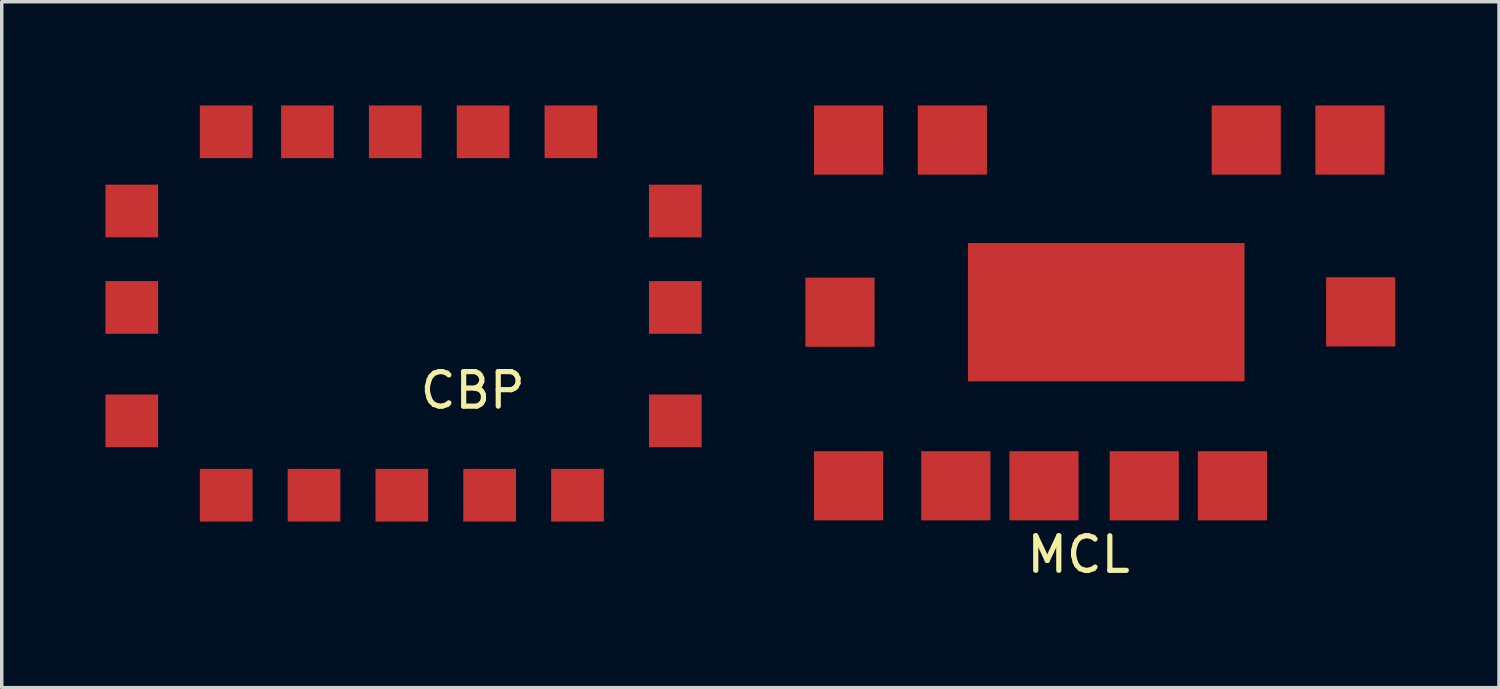
<source format=kicad_pcb>
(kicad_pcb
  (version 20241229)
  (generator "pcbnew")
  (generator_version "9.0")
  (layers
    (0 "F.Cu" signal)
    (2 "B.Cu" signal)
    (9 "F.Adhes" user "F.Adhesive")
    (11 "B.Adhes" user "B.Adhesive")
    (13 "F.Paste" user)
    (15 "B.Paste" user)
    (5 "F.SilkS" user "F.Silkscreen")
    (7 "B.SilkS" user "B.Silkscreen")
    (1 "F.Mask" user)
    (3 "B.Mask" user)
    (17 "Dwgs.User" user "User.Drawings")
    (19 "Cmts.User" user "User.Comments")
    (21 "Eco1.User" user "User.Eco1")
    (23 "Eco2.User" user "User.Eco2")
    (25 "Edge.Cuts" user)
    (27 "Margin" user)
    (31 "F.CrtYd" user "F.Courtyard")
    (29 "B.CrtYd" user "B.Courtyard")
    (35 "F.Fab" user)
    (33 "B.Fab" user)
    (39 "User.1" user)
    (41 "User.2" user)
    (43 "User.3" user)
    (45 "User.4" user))
  (footprint "CBP"
    (layer "F.Cu")
    (at 8.382 5.842)
    (property "Reference" "CBP" (at 2.24 2.4 0) (layer "F.SilkS") (effects (font (size 1 1) (thickness 0.15))))
    (attr through_hole)
    (pad "1" smd rect (at -7.62 -2.79) (size 1.524 1.524) (layers "F.Cu" "F.Mask" "F.Paste"))
    (pad "2" smd rect (at -7.62 0) (size 1.524 1.524) (layers "F.Cu" "F.Mask" "F.Paste"))
    (pad "3" smd rect (at -7.62 3.28) (size 1.524 1.524) (layers "F.Cu" "F.Mask" "F.Paste"))
    (pad "4" smd rect (at -4.89 5.43) (size 1.524 1.524) (layers "F.Cu" "F.Mask" "F.Paste"))
    (pad "5" smd rect (at -2.35 5.43) (size 1.524 1.524) (layers "F.Cu" "F.Mask" "F.Paste"))
    (pad "6" smd rect (at 0.19 5.43) (size 1.524 1.524) (layers "F.Cu" "F.Mask" "F.Paste"))
    (pad "7" smd rect (at 2.73 5.43) (size 1.524 1.524) (layers "F.Cu" "F.Mask" "F.Paste"))
    (pad "8" smd rect (at 5.27 5.43) (size 1.524 1.524) (layers "F.Cu" "F.Mask" "F.Paste"))
    (pad "9" smd rect (at 8.1 3.28) (size 1.524 1.524) (layers "F.Cu" "F.Mask" "F.Paste"))
    (pad "10" smd rect (at 8.1 0) (size 1.524 1.524) (layers "F.Cu" "F.Mask" "F.Paste"))
    (pad "11" smd rect (at 8.1 -2.79) (size 1.524 1.524) (layers "F.Cu" "F.Mask" "F.Paste"))
    (pad "12" smd rect (at 5.08 -5.08) (size 1.524 1.524) (layers "F.Cu" "F.Mask" "F.Paste"))
    (pad "13" smd rect (at 2.54 -5.08) (size 1.524 1.524) (layers "F.Cu" "F.Mask" "F.Paste"))
    (pad "14" smd rect (at 0 -5.08) (size 1.524 1.524) (layers "F.Cu" "F.Mask" "F.Paste"))
    (pad "15" smd rect (at -2.54 -5.08) (size 1.524 1.524) (layers "F.Cu" "F.Mask" "F.Paste"))
    (pad "16" smd rect (at -4.89 -5.08) (size 1.524 1.524) (layers "F.Cu" "F.Mask" "F.Paste")))
  (footprint "MCL"
    (layer "F.Cu")
    (at 28.814 5.93)
    (property "Reference" "MCL" (at -0.67 7.06 0) (layer "F.SilkS") (effects (font (size 1 1) (thickness 0.15))))
    (attr through_hole)
    (pad "1" smd rect (at -4.22 5.07) (size 2 2) (layers "F.Cu" "F.Mask" "F.Paste"))
    (pad "2" smd rect (at -1.67 5.07) (size 2 2) (layers "F.Cu" "F.Mask" "F.Paste"))
    (pad "3" smd rect (at 1.23 5.07) (size 2 2) (layers "F.Cu" "F.Mask" "F.Paste"))
    (pad "4" smd rect (at 3.78 5.07) (size 2 2) (layers "F.Cu" "F.Mask" "F.Paste"))
    (pad "5" smd rect (at 7.49 0.04) (size 2 2) (layers "F.Cu" "F.Mask" "F.Paste"))
    (pad "6" smd rect (at 7.18 -4.93) (size 2 2) (layers "F.Cu" "F.Mask" "F.Paste"))
    (pad "7" smd rect (at 4.18 -4.93) (size 2 2) (layers "F.Cu" "F.Mask" "F.Paste"))
    (pad "8" smd rect (at -4.32 -4.93) (size 2 2) (layers "F.Cu" "F.Mask" "F.Paste"))
    (pad "9" smd rect (at -7.32 -4.93) (size 2 2) (layers "F.Cu" "F.Mask" "F.Paste"))
    (pad "10" smd rect (at -7.57 0.05) (size 2 2) (layers "F.Cu" "F.Mask" "F.Paste"))
    (pad "11" smd rect (at -7.32 5.07) (size 2 2) (layers "F.Cu" "F.Mask" "F.Paste"))
    (pad "12" smd rect (at 0.13 0.05) (size 8 4) (layers "F.Cu" "F.Mask" "F.Paste")))
  (gr_rect
    (start -3 -3)
    (end 40.304 16.838)
    (stroke (width 0.1) (type default))
    (fill no)
    (layer "Edge.Cuts")))
</source>
